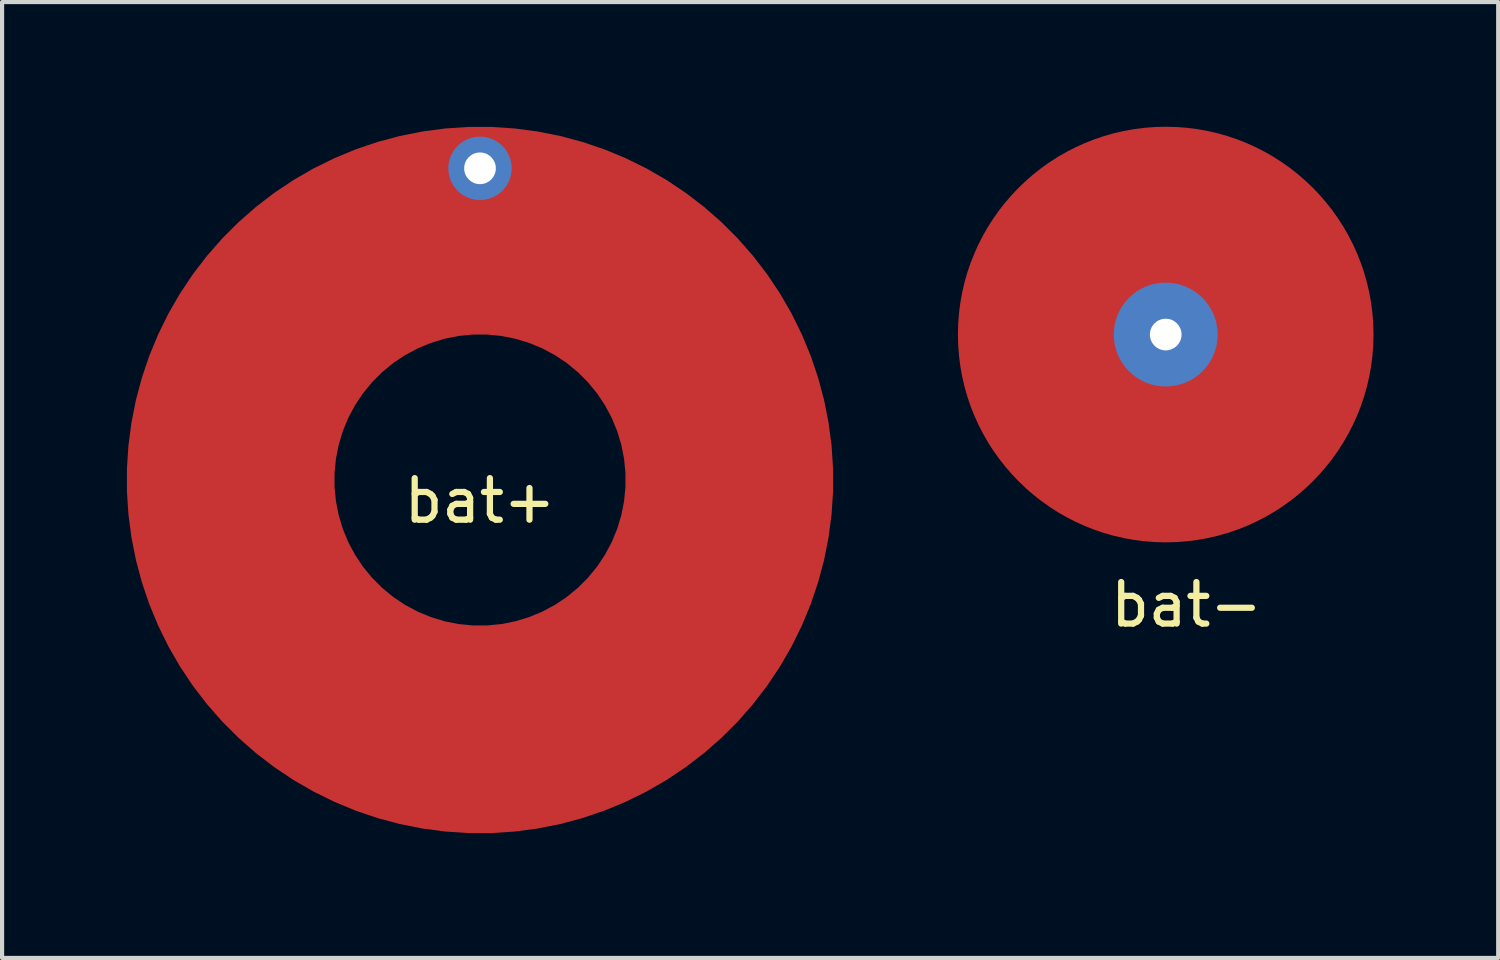
<source format=kicad_pcb>
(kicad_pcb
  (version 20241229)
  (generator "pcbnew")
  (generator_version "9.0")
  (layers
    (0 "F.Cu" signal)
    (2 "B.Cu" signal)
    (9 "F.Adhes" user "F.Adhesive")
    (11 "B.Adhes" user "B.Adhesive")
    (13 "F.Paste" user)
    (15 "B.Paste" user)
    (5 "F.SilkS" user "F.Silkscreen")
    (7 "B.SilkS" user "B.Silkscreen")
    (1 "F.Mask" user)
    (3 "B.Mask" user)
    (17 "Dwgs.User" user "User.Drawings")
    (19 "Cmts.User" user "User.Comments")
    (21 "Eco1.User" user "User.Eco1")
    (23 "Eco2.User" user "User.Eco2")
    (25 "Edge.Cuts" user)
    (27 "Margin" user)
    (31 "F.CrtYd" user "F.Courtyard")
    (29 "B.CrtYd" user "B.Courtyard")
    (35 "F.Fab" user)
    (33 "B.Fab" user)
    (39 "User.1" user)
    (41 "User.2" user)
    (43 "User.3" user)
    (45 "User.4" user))
  (footprint "bat+"
    (layer "F.Cu")
    (at 8.5 8.5)
    (property "Reference" "bat+" (at 0 0.5 0) (layer "F.SilkS") (effects (font (size 1 1) (thickness 0.15))))
    (attr through_hole)
    (pad "2" smd custom (at 5 0) (size 1.524 1.524) (layers "F.Cu" "F.Mask") (options (anchor circle)) (primitives (gr_circle (center -5 0) (end 1 0) (width 5) (fill no))))
    (pad "3" thru_hole circle (at 0 -7.5) (size 1.524 1.524) (drill 0.762) (layers "*.Cu" "*.Mask")))
  (footprint "bat-"
    (layer "F.Cu")
    (at 25 5)
    (property "Reference" "bat-" (at 0.5 6.5 0) (layer "F.SilkS") (effects (font (size 1 1) (thickness 0.15))))
    (attr through_hole)
    (pad "1" smd circle (at 0 0) (size 10 10) (layers "F.Cu" "F.Mask"))
    (pad "2" thru_hole circle (at 0 0) (size 2.5 2.5) (drill 0.762) (layers "*.Cu" "*.Mask")))
  (gr_rect
    (start -3 -3)
    (end 33 20)
    (stroke (width 0.1) (type default))
    (fill no)
    (layer "Edge.Cuts")))
</source>
